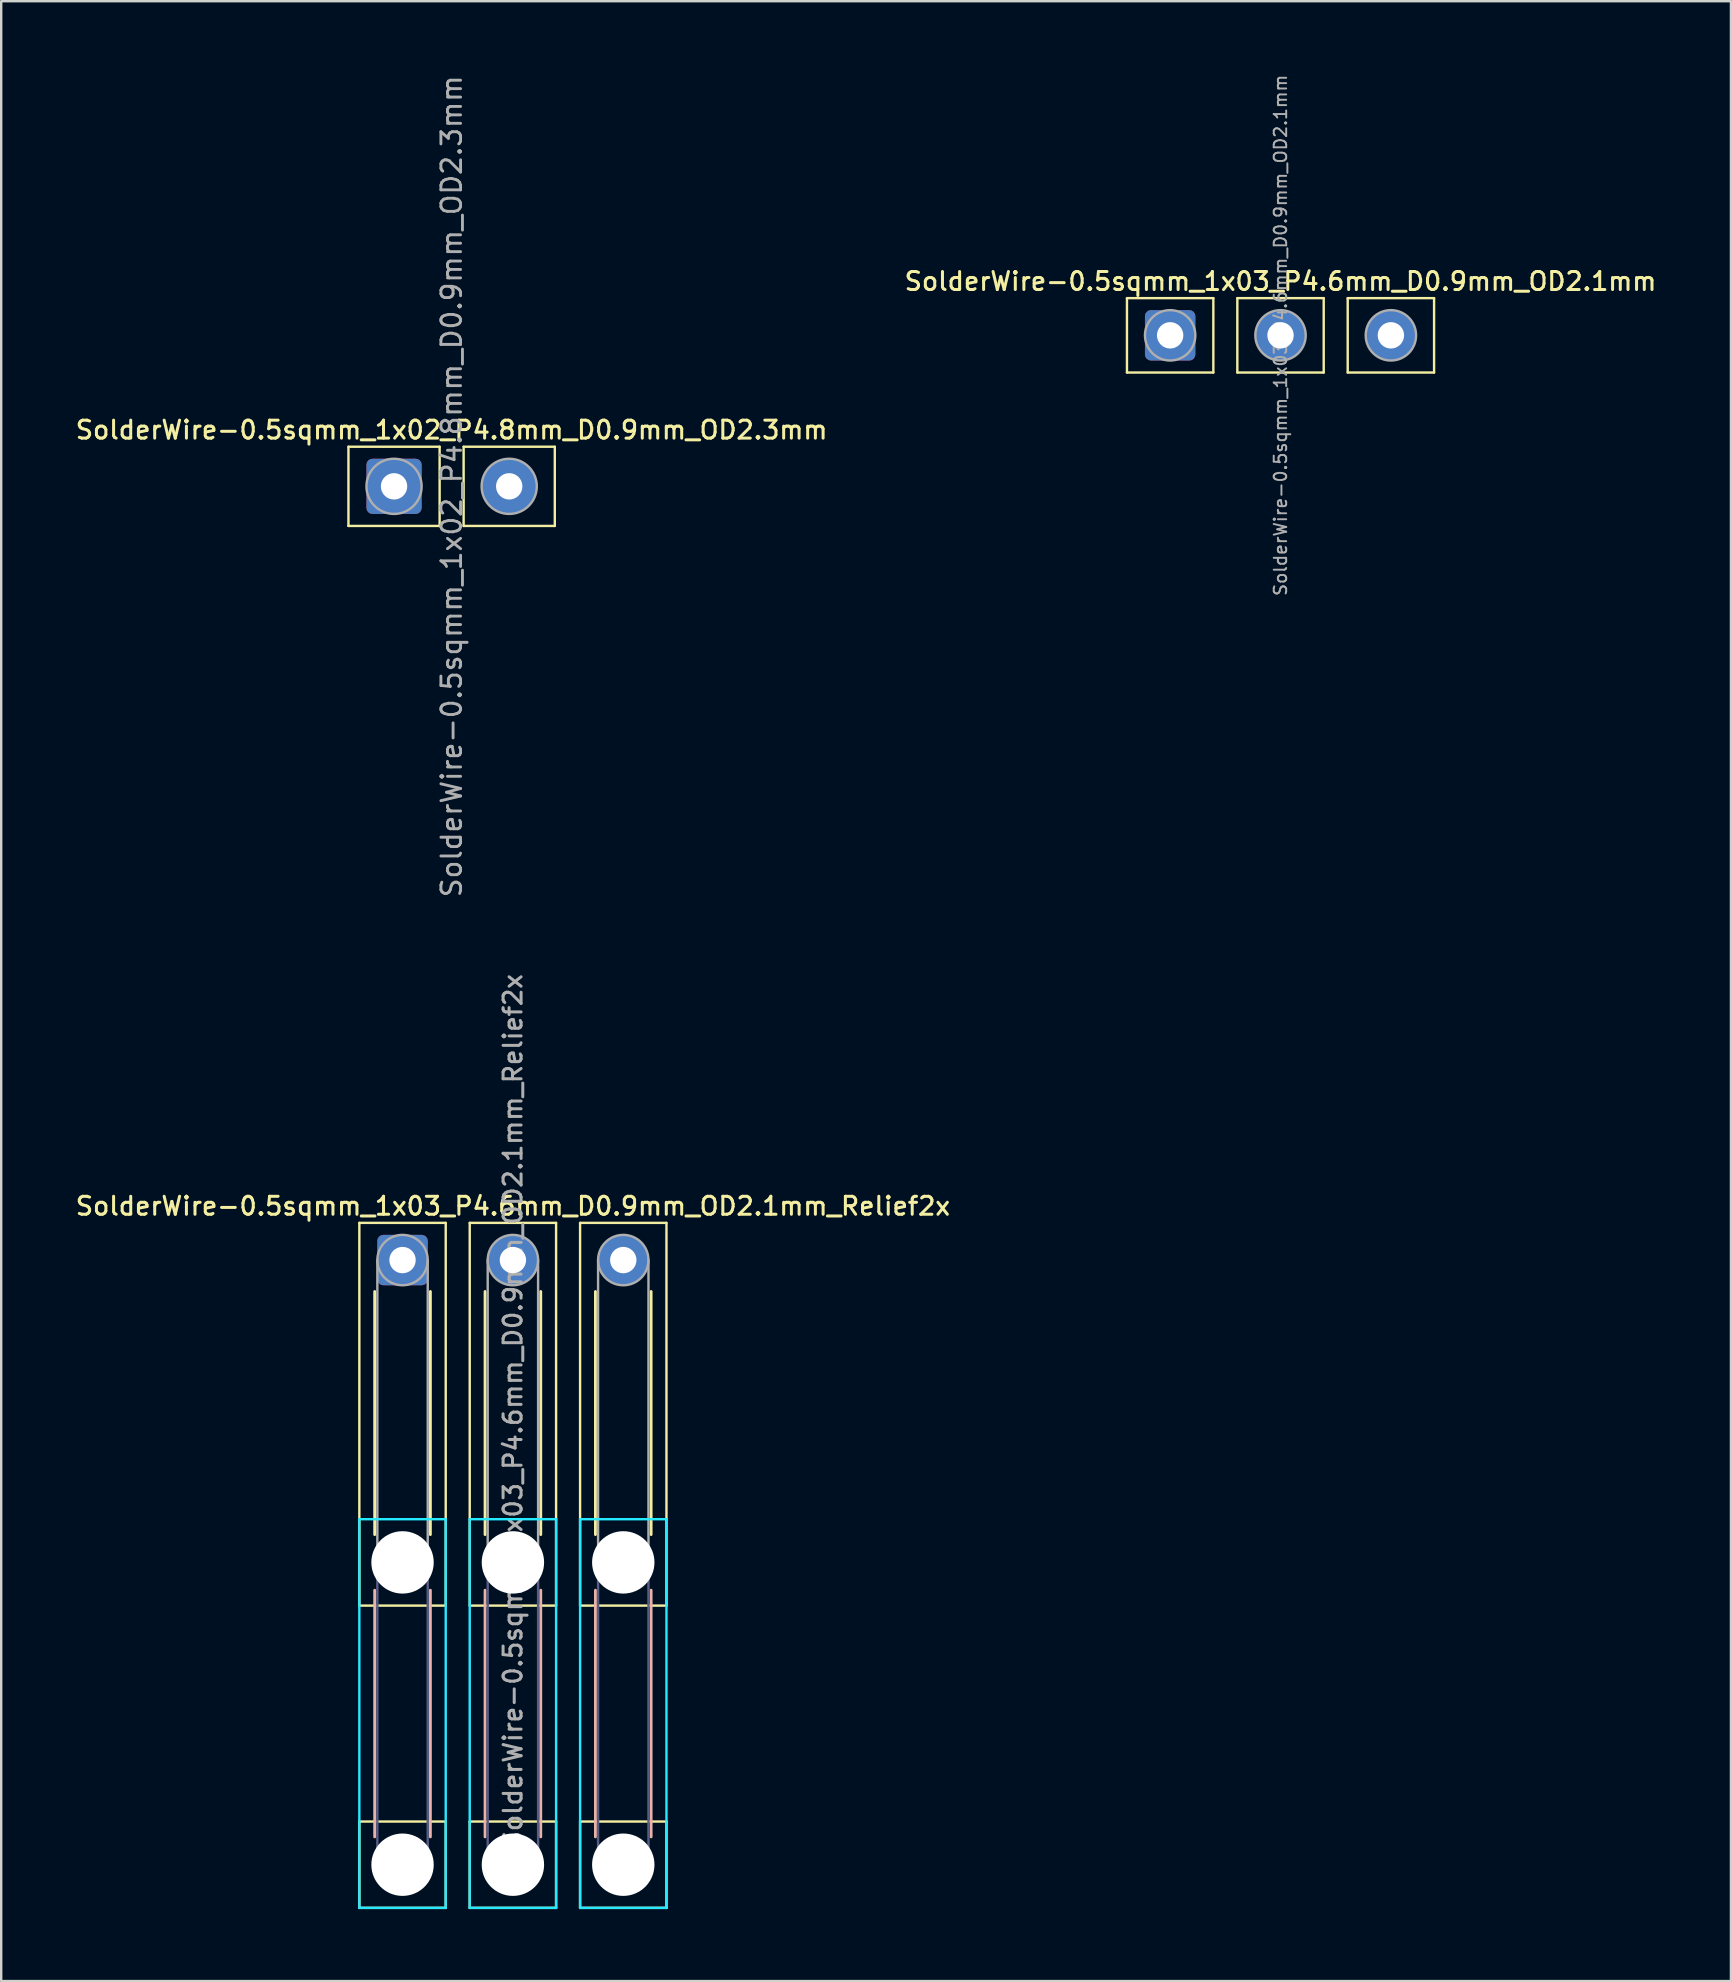
<source format=kicad_pcb>
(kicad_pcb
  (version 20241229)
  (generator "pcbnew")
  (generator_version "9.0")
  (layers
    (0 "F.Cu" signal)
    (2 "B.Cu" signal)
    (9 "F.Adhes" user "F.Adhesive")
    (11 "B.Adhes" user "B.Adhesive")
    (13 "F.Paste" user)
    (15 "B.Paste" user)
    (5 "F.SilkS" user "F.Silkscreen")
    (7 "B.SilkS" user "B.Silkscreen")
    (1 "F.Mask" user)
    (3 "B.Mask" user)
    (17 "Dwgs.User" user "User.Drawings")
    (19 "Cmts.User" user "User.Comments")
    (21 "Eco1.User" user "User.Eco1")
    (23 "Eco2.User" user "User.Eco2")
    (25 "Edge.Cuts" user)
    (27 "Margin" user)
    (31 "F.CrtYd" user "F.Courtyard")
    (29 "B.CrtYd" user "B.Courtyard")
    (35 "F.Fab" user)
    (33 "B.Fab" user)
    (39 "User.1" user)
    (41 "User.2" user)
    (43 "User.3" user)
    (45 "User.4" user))
  (footprint "SolderWire-0.5sqmm_1x03_P4.6mm_D0.9mm_OD2.1mm"
    (layer "F.Cu")
    (at 45.72 10.926)
    (property "Reference" "SolderWire-0.5sqmm_1x03_P4.6mm_D0.9mm_OD2.1mm" (at 4.6 -2.25 0) (layer "F.SilkS") (effects (font (size 0.75 0.75) (thickness 0.125))))
    (attr exclude_from_pos_files exclude_from_bom)
    (fp_line (start -1.8 -1.55) (end -1.8 1.55) (stroke (width 0.1) (type solid)) (layer "F.SilkS"))
    (fp_line (start -1.8 1.55) (end 1.8 1.55) (stroke (width 0.1) (type solid)) (layer "F.SilkS"))
    (fp_line (start 1.8 -1.55) (end -1.8 -1.55) (stroke (width 0.1) (type solid)) (layer "F.SilkS"))
    (fp_line (start 1.8 1.55) (end 1.8 -1.55) (stroke (width 0.1) (type solid)) (layer "F.SilkS"))
    (fp_line (start 2.8 -1.55) (end 2.8 1.55) (stroke (width 0.1) (type solid)) (layer "F.SilkS"))
    (fp_line (start 2.8 1.55) (end 6.4 1.55) (stroke (width 0.1) (type solid)) (layer "F.SilkS"))
    (fp_line (start 6.4 -1.55) (end 2.8 -1.55) (stroke (width 0.1) (type solid)) (layer "F.SilkS"))
    (fp_line (start 6.4 1.55) (end 6.4 -1.55) (stroke (width 0.1) (type solid)) (layer "F.SilkS"))
    (fp_line (start 7.4 -1.55) (end 7.4 1.55) (stroke (width 0.1) (type solid)) (layer "F.SilkS"))
    (fp_line (start 7.4 1.55) (end 11 1.55) (stroke (width 0.1) (type solid)) (layer "F.SilkS"))
    (fp_line (start 11 -1.55) (end 7.4 -1.55) (stroke (width 0.1) (type solid)) (layer "F.SilkS"))
    (fp_line (start 11 1.55) (end 11 -1.55) (stroke (width 0.1) (type solid)) (layer "F.SilkS"))
    (fp_circle (center 0 0) (end 1.05 0) (stroke (width 0.1) (type solid)) (fill no) (layer "F.Fab"))
    (fp_circle (center 4.6 0) (end 5.65 0) (stroke (width 0.1) (type solid)) (fill no) (layer "F.Fab"))
    (fp_circle (center 9.2 0) (end 10.25 0) (stroke (width 0.1) (type solid)) (fill no) (layer "F.Fab"))
    (fp_text user "${REFERENCE}" (at 4.6 0 90) (layer "F.Fab") (effects (font (size 0.52 0.52) (thickness 0.08))))
    (pad "1" thru_hole roundrect (at 0 0) (size 2.1 2.1) (drill 1.1) (layers "*.Cu" "*.Mask") (roundrect_rratio 0.119))
    (pad "2" thru_hole circle (at 4.6 0) (size 2.1 2.1) (drill 1.1) (layers "*.Cu" "*.Mask"))
    (pad "3" thru_hole circle (at 9.2 0) (size 2.1 2.1) (drill 1.1) (layers "*.Cu" "*.Mask")))
  (footprint "SolderWire-0.5sqmm_1x02_P4.8mm_D0.9mm_OD2.3mm"
    (layer "F.Cu")
    (at 13.373 17.22)
    (property "Reference" "SolderWire-0.5sqmm_1x02_P4.8mm_D0.9mm_OD2.3mm" (at 2.4 -2.35 0) (layer "F.SilkS") (effects (font (size 0.75 0.75) (thickness 0.125))))
    (attr exclude_from_pos_files exclude_from_bom)
    (fp_line (start -1.9 -1.65) (end -1.9 1.65) (stroke (width 0.1) (type solid)) (layer "F.SilkS"))
    (fp_line (start -1.9 1.65) (end 1.9 1.65) (stroke (width 0.1) (type solid)) (layer "F.SilkS"))
    (fp_line (start 1.9 -1.65) (end -1.9 -1.65) (stroke (width 0.1) (type solid)) (layer "F.SilkS"))
    (fp_line (start 1.9 1.65) (end 1.9 -1.65) (stroke (width 0.1) (type solid)) (layer "F.SilkS"))
    (fp_line (start 2.9 -1.65) (end 2.9 1.65) (stroke (width 0.1) (type solid)) (layer "F.SilkS"))
    (fp_line (start 2.9 1.65) (end 6.7 1.65) (stroke (width 0.1) (type solid)) (layer "F.SilkS"))
    (fp_line (start 6.7 -1.65) (end 2.9 -1.65) (stroke (width 0.1) (type solid)) (layer "F.SilkS"))
    (fp_line (start 6.7 1.65) (end 6.7 -1.65) (stroke (width 0.1) (type solid)) (layer "F.SilkS"))
    (fp_circle (center 0 0) (end 1.15 0) (stroke (width 0.1) (type solid)) (fill no) (layer "F.Fab"))
    (fp_circle (center 4.8 0) (end 5.95 0) (stroke (width 0.1) (type solid)) (fill no) (layer "F.Fab"))
    (fp_text user "${REFERENCE}" (at 2.4 0 90) (layer "F.Fab") (effects (font (size 0.82 0.82) (thickness 0.12))))
    (pad "1" thru_hole roundrect (at 0 0) (size 2.3 2.3) (drill 1.1) (layers "*.Cu" "*.Mask") (roundrect_rratio 0.109))
    (pad "2" thru_hole circle (at 4.8 0) (size 2.3 2.3) (drill 1.1) (layers "*.Cu" "*.Mask")))
  (footprint "SolderWire-0.5sqmm_1x03_P4.6mm_D0.9mm_OD2.1mm_Relief2x"
    (layer "F.Cu")
    (at 13.727 49.468)
    (property "Reference" "SolderWire-0.5sqmm_1x03_P4.6mm_D0.9mm_OD2.1mm_Relief2x" (at 4.6 -2.25 0) (layer "F.SilkS") (effects (font (size 0.75 0.75) (thickness 0.125))))
    (attr exclude_from_pos_files exclude_from_bom)
    (fp_line (start -1.8 -1.55) (end -1.8 14.4) (stroke (width 0.1) (type solid)) (layer "F.SilkS"))
    (fp_line (start -1.8 14.4) (end 1.8 14.4) (stroke (width 0.1) (type solid)) (layer "F.SilkS"))
    (fp_line (start -1.8 23.4) (end -1.8 27) (stroke (width 0.1) (type solid)) (layer "F.SilkS"))
    (fp_line (start -1.8 27) (end 1.8 27) (stroke (width 0.1) (type solid)) (layer "F.SilkS"))
    (fp_line (start -1.16 1.31) (end -1.16 11.44) (stroke (width 0.12) (type solid)) (layer "F.SilkS"))
    (fp_line (start 1.16 1.31) (end 1.16 11.44) (stroke (width 0.12) (type solid)) (layer "F.SilkS"))
    (fp_line (start 1.8 -1.55) (end -1.8 -1.55) (stroke (width 0.1) (type solid)) (layer "F.SilkS"))
    (fp_line (start 1.8 14.4) (end 1.8 -1.55) (stroke (width 0.1) (type solid)) (layer "F.SilkS"))
    (fp_line (start 1.8 23.4) (end -1.8 23.4) (stroke (width 0.1) (type solid)) (layer "F.SilkS"))
    (fp_line (start 1.8 27) (end 1.8 23.4) (stroke (width 0.1) (type solid)) (layer "F.SilkS"))
    (fp_line (start 2.8 -1.55) (end 2.8 14.4) (stroke (width 0.1) (type solid)) (layer "F.SilkS"))
    (fp_line (start 2.8 14.4) (end 6.4 14.4) (stroke (width 0.1) (type solid)) (layer "F.SilkS"))
    (fp_line (start 2.8 23.4) (end 2.8 27) (stroke (width 0.1) (type solid)) (layer "F.SilkS"))
    (fp_line (start 2.8 27) (end 6.4 27) (stroke (width 0.1) (type solid)) (layer "F.SilkS"))
    (fp_line (start 3.44 1.31) (end 3.44 11.44) (stroke (width 0.12) (type solid)) (layer "F.SilkS"))
    (fp_line (start 5.76 1.31) (end 5.76 11.44) (stroke (width 0.12) (type solid)) (layer "F.SilkS"))
    (fp_line (start 6.4 -1.55) (end 2.8 -1.55) (stroke (width 0.1) (type solid)) (layer "F.SilkS"))
    (fp_line (start 6.4 14.4) (end 6.4 -1.55) (stroke (width 0.1) (type solid)) (layer "F.SilkS"))
    (fp_line (start 6.4 23.4) (end 2.8 23.4) (stroke (width 0.1) (type solid)) (layer "F.SilkS"))
    (fp_line (start 6.4 27) (end 6.4 23.4) (stroke (width 0.1) (type solid)) (layer "F.SilkS"))
    (fp_line (start 7.4 -1.55) (end 7.4 14.4) (stroke (width 0.1) (type solid)) (layer "F.SilkS"))
    (fp_line (start 7.4 14.4) (end 11 14.4) (stroke (width 0.1) (type solid)) (layer "F.SilkS"))
    (fp_line (start 7.4 23.4) (end 7.4 27) (stroke (width 0.1) (type solid)) (layer "F.SilkS"))
    (fp_line (start 7.4 27) (end 11 27) (stroke (width 0.1) (type solid)) (layer "F.SilkS"))
    (fp_line (start 8.04 1.31) (end 8.04 11.44) (stroke (width 0.12) (type solid)) (layer "F.SilkS"))
    (fp_line (start 10.36 1.31) (end 10.36 11.44) (stroke (width 0.12) (type solid)) (layer "F.SilkS"))
    (fp_line (start 11 -1.55) (end 7.4 -1.55) (stroke (width 0.1) (type solid)) (layer "F.SilkS"))
    (fp_line (start 11 14.4) (end 11 -1.55) (stroke (width 0.1) (type solid)) (layer "F.SilkS"))
    (fp_line (start 11 23.4) (end 7.4 23.4) (stroke (width 0.1) (type solid)) (layer "F.SilkS"))
    (fp_line (start 11 27) (end 11 23.4) (stroke (width 0.1) (type solid)) (layer "F.SilkS"))
    (fp_line (start -1.16 13.76) (end -1.16 24.04) (stroke (width 0.12) (type solid)) (layer "B.SilkS"))
    (fp_line (start 1.16 13.76) (end 1.16 24.04) (stroke (width 0.12) (type solid)) (layer "B.SilkS"))
    (fp_line (start 3.44 13.76) (end 3.44 24.04) (stroke (width 0.12) (type solid)) (layer "B.SilkS"))
    (fp_line (start 5.76 13.76) (end 5.76 24.04) (stroke (width 0.12) (type solid)) (layer "B.SilkS"))
    (fp_line (start 8.04 13.76) (end 8.04 24.04) (stroke (width 0.12) (type solid)) (layer "B.SilkS"))
    (fp_line (start 10.36 13.76) (end 10.36 24.04) (stroke (width 0.12) (type solid)) (layer "B.SilkS"))
    (fp_line (start -1.8 10.8) (end -1.8 27) (stroke (width 0.1) (type solid)) (layer "B.CrtYd"))
    (fp_line (start -1.8 27) (end 1.8 27) (stroke (width 0.1) (type solid)) (layer "B.CrtYd"))
    (fp_line (start 1.8 10.8) (end -1.8 10.8) (stroke (width 0.1) (type solid)) (layer "B.CrtYd"))
    (fp_line (start 1.8 27) (end 1.8 10.8) (stroke (width 0.1) (type solid)) (layer "B.CrtYd"))
    (fp_line (start 2.8 10.8) (end 2.8 27) (stroke (width 0.1) (type solid)) (layer "B.CrtYd"))
    (fp_line (start 2.8 27) (end 6.4 27) (stroke (width 0.1) (type solid)) (layer "B.CrtYd"))
    (fp_line (start 6.4 10.8) (end 2.8 10.8) (stroke (width 0.1) (type solid)) (layer "B.CrtYd"))
    (fp_line (start 6.4 27) (end 6.4 10.8) (stroke (width 0.1) (type solid)) (layer "B.CrtYd"))
    (fp_line (start 7.4 10.8) (end 7.4 27) (stroke (width 0.1) (type solid)) (layer "B.CrtYd"))
    (fp_line (start 7.4 27) (end 11 27) (stroke (width 0.1) (type solid)) (layer "B.CrtYd"))
    (fp_line (start 11 10.8) (end 7.4 10.8) (stroke (width 0.1) (type solid)) (layer "B.CrtYd"))
    (fp_line (start 11 27) (end 11 10.8) (stroke (width 0.1) (type solid)) (layer "B.CrtYd"))
    (fp_line (start -1.05 12.6) (end -1.05 25.2) (stroke (width 0.1) (type solid)) (layer "B.Fab"))
    (fp_line (start 1.05 12.6) (end 1.05 25.2) (stroke (width 0.1) (type solid)) (layer "B.Fab"))
    (fp_line (start 3.55 12.6) (end 3.55 25.2) (stroke (width 0.1) (type solid)) (layer "B.Fab"))
    (fp_line (start 5.65 12.6) (end 5.65 25.2) (stroke (width 0.1) (type solid)) (layer "B.Fab"))
    (fp_line (start 8.15 12.6) (end 8.15 25.2) (stroke (width 0.1) (type solid)) (layer "B.Fab"))
    (fp_line (start 10.25 12.6) (end 10.25 25.2) (stroke (width 0.1) (type solid)) (layer "B.Fab"))
    (fp_circle (center 0 12.6) (end 1.05 12.6) (stroke (width 0.1) (type solid)) (fill no) (layer "B.Fab"))
    (fp_circle (center 0 25.2) (end 1.05 25.2) (stroke (width 0.1) (type solid)) (fill no) (layer "B.Fab"))
    (fp_circle (center 4.6 12.6) (end 5.65 12.6) (stroke (width 0.1) (type solid)) (fill no) (layer "B.Fab"))
    (fp_circle (center 4.6 25.2) (end 5.65 25.2) (stroke (width 0.1) (type solid)) (fill no) (layer "B.Fab"))
    (fp_circle (center 9.2 12.6) (end 10.25 12.6) (stroke (width 0.1) (type solid)) (fill no) (layer "B.Fab"))
    (fp_circle (center 9.2 25.2) (end 10.25 25.2) (stroke (width 0.1) (type solid)) (fill no) (layer "B.Fab"))
    (fp_line (start -1.05 0) (end -1.05 12.6) (stroke (width 0.1) (type solid)) (layer "F.Fab"))
    (fp_line (start 1.05 0) (end 1.05 12.6) (stroke (width 0.1) (type solid)) (layer "F.Fab"))
    (fp_line (start 3.55 0) (end 3.55 12.6) (stroke (width 0.1) (type solid)) (layer "F.Fab"))
    (fp_line (start 5.65 0) (end 5.65 12.6) (stroke (width 0.1) (type solid)) (layer "F.Fab"))
    (fp_line (start 8.15 0) (end 8.15 12.6) (stroke (width 0.1) (type solid)) (layer "F.Fab"))
    (fp_line (start 10.25 0) (end 10.25 12.6) (stroke (width 0.1) (type solid)) (layer "F.Fab"))
    (fp_circle (center 0 0) (end 1.05 0) (stroke (width 0.1) (type solid)) (fill no) (layer "F.Fab"))
    (fp_circle (center 0 12.6) (end 1.05 12.6) (stroke (width 0.1) (type solid)) (fill no) (layer "F.Fab"))
    (fp_circle (center 0 25.2) (end 1.05 25.2) (stroke (width 0.1) (type solid)) (fill no) (layer "F.Fab"))
    (fp_circle (center 4.6 0) (end 5.65 0) (stroke (width 0.1) (type solid)) (fill no) (layer "F.Fab"))
    (fp_circle (center 4.6 12.6) (end 5.65 12.6) (stroke (width 0.1) (type solid)) (fill no) (layer "F.Fab"))
    (fp_circle (center 4.6 25.2) (end 5.65 25.2) (stroke (width 0.1) (type solid)) (fill no) (layer "F.Fab"))
    (fp_circle (center 9.2 0) (end 10.25 0) (stroke (width 0.1) (type solid)) (fill no) (layer "F.Fab"))
    (fp_circle (center 9.2 12.6) (end 10.25 12.6) (stroke (width 0.1) (type solid)) (fill no) (layer "F.Fab"))
    (fp_circle (center 9.2 25.2) (end 10.25 25.2) (stroke (width 0.1) (type solid)) (fill no) (layer "F.Fab"))
    (fp_text user "${REFERENCE}" (at 4.6 6.3 90) (layer "F.Fab") (effects (font (size 0.75 0.75) (thickness 0.125))))
    (pad "" np_thru_hole circle (at 0 12.6) (size 2.6 2.6) (drill 2.6) (layers "*.Cu" "*.Mask"))
    (pad "" np_thru_hole circle (at 0 25.2) (size 2.6 2.6) (drill 2.6) (layers "*.Cu" "*.Mask"))
    (pad "" np_thru_hole circle (at 4.6 12.6) (size 2.6 2.6) (drill 2.6) (layers "*.Cu" "*.Mask"))
    (pad "" np_thru_hole circle (at 4.6 25.2) (size 2.6 2.6) (drill 2.6) (layers "*.Cu" "*.Mask"))
    (pad "" np_thru_hole circle (at 9.2 12.6) (size 2.6 2.6) (drill 2.6) (layers "*.Cu" "*.Mask"))
    (pad "" np_thru_hole circle (at 9.2 25.2) (size 2.6 2.6) (drill 2.6) (layers "*.Cu" "*.Mask"))
    (pad "1" thru_hole roundrect (at 0 0) (size 2.1 2.1) (drill 1.1) (layers "*.Cu" "*.Mask") (roundrect_rratio 0.119))
    (pad "2" thru_hole circle (at 4.6 0) (size 2.1 2.1) (drill 1.1) (layers "*.Cu" "*.Mask"))
    (pad "3" thru_hole circle (at 9.2 0) (size 2.1 2.1) (drill 1.1) (layers "*.Cu" "*.Mask")))
  (gr_rect
    (start -3 -3)
    (end 69.093 79.518)
    (stroke (width 0.1) (type default))
    (fill no)
    (layer "Edge.Cuts")))
</source>
